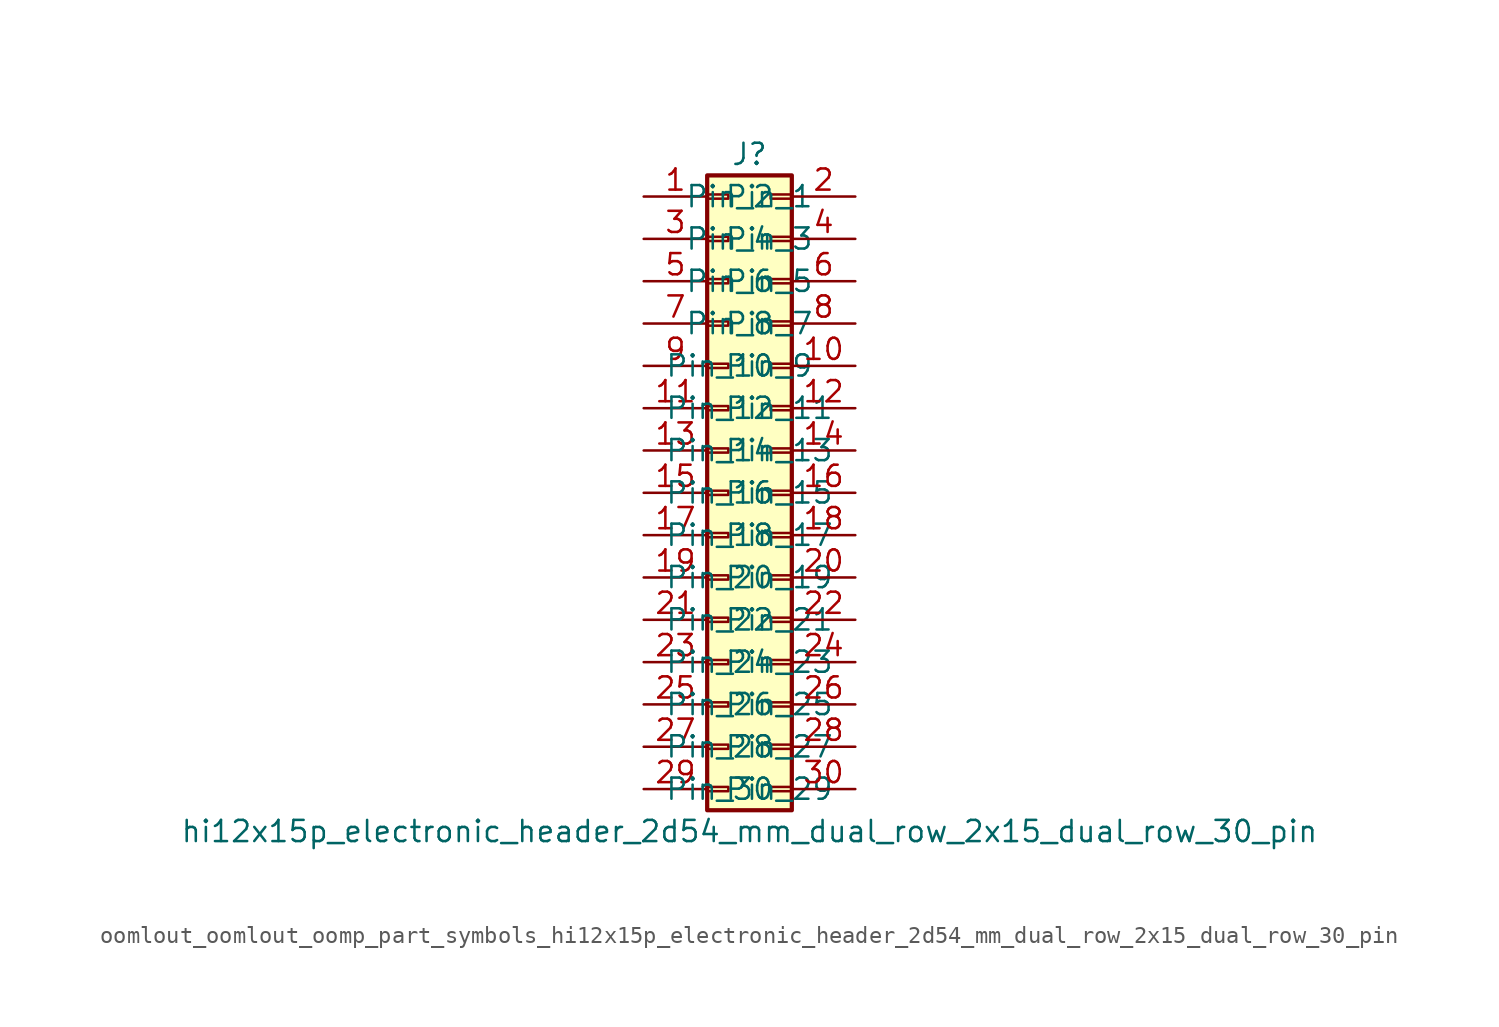
<source format=kicad_sym>
(kicad_symbol_lib
  (version 20220914)
  (generator kicad_symbol_editor)
  (symbol "oomlout_oomlout_oomp_part_symbols_hi12x15p_electronic_header_2d54_mm_dual_row_2x15_dual_row_30_pin"
    (pin_names
      (offset 1.016))
    (property "Reference" "J"
      (at 1.27 20.32 0)
      (effects (font (size 1.27 1.27))))
    (property "Value" "hi12x15p_electronic_header_2d54_mm_dual_row_2x15_dual_row_30_pin"
      (at 1.27 -20.32 0)
      (effects (font (size 1.27 1.27))))
    (symbol "oomlout_oomlout_oomp_part_symbols_hi12x15p_electronic_header_2d54_mm_dual_row_2x15_dual_row_30_pin_1_1"
      (rectangle (start -1.27 -17.653) (end 0 -17.907) (stroke (width 0.152) (type default)) (fill (type none)))
      (rectangle (start -1.27 -15.113) (end 0 -15.367) (stroke (width 0.152) (type default)) (fill (type none)))
      (rectangle (start -1.27 -12.573) (end 0 -12.827) (stroke (width 0.152) (type default)) (fill (type none)))
      (rectangle (start -1.27 -10.033) (end 0 -10.287) (stroke (width 0.152) (type default)) (fill (type none)))
      (rectangle (start -1.27 -7.493) (end 0 -7.747) (stroke (width 0.152) (type default)) (fill (type none)))
      (rectangle (start -1.27 -4.953) (end 0 -5.207) (stroke (width 0.152) (type default)) (fill (type none)))
      (rectangle (start -1.27 -2.413) (end 0 -2.667) (stroke (width 0.152) (type default)) (fill (type none)))
      (rectangle (start -1.27 0.127) (end 0 -0.127) (stroke (width 0.152) (type default)) (fill (type none)))
      (rectangle (start -1.27 2.667) (end 0 2.413) (stroke (width 0.152) (type default)) (fill (type none)))
      (rectangle (start -1.27 5.207) (end 0 4.953) (stroke (width 0.152) (type default)) (fill (type none)))
      (rectangle (start -1.27 7.747) (end 0 7.493) (stroke (width 0.152) (type default)) (fill (type none)))
      (rectangle (start -1.27 10.287) (end 0 10.033) (stroke (width 0.152) (type default)) (fill (type none)))
      (rectangle (start -1.27 12.827) (end 0 12.573) (stroke (width 0.152) (type default)) (fill (type none)))
      (rectangle (start -1.27 15.367) (end 0 15.113) (stroke (width 0.152) (type default)) (fill (type none)))
      (rectangle (start -1.27 17.907) (end 0 17.653) (stroke (width 0.152) (type default)) (fill (type none)))
      (rectangle (start -1.27 19.05) (end 3.81 -19.05) (stroke (width 0.254) (type default)) (fill (type background)))
      (rectangle (start 3.81 -17.653) (end 2.54 -17.907) (stroke (width 0.152) (type default)) (fill (type none)))
      (rectangle (start 3.81 -15.113) (end 2.54 -15.367) (stroke (width 0.152) (type default)) (fill (type none)))
      (rectangle (start 3.81 -12.573) (end 2.54 -12.827) (stroke (width 0.152) (type default)) (fill (type none)))
      (rectangle (start 3.81 -10.033) (end 2.54 -10.287) (stroke (width 0.152) (type default)) (fill (type none)))
      (rectangle (start 3.81 -7.493) (end 2.54 -7.747) (stroke (width 0.152) (type default)) (fill (type none)))
      (rectangle (start 3.81 -4.953) (end 2.54 -5.207) (stroke (width 0.152) (type default)) (fill (type none)))
      (rectangle (start 3.81 -2.413) (end 2.54 -2.667) (stroke (width 0.152) (type default)) (fill (type none)))
      (rectangle (start 3.81 0.127) (end 2.54 -0.127) (stroke (width 0.152) (type default)) (fill (type none)))
      (rectangle (start 3.81 2.667) (end 2.54 2.413) (stroke (width 0.152) (type default)) (fill (type none)))
      (rectangle (start 3.81 5.207) (end 2.54 4.953) (stroke (width 0.152) (type default)) (fill (type none)))
      (rectangle (start 3.81 7.747) (end 2.54 7.493) (stroke (width 0.152) (type default)) (fill (type none)))
      (rectangle (start 3.81 10.287) (end 2.54 10.033) (stroke (width 0.152) (type default)) (fill (type none)))
      (rectangle (start 3.81 12.827) (end 2.54 12.573) (stroke (width 0.152) (type default)) (fill (type none)))
      (rectangle (start 3.81 15.367) (end 2.54 15.113) (stroke (width 0.152) (type default)) (fill (type none)))
      (rectangle (start 3.81 17.907) (end 2.54 17.653) (stroke (width 0.152) (type default)) (fill (type none)))
      (pin passive line (at -5.08 17.78 0) (length 3.81) (name "Pin_1" (effects (font (size 1.27 1.27)))) (number "1" (effects (font (size 1.27 1.27)))))
      (pin passive line (at 7.62 7.62 180) (length 3.81) (name "Pin_10" (effects (font (size 1.27 1.27)))) (number "10" (effects (font (size 1.27 1.27)))))
      (pin passive line (at -5.08 5.08 0) (length 3.81) (name "Pin_11" (effects (font (size 1.27 1.27)))) (number "11" (effects (font (size 1.27 1.27)))))
      (pin passive line (at 7.62 5.08 180) (length 3.81) (name "Pin_12" (effects (font (size 1.27 1.27)))) (number "12" (effects (font (size 1.27 1.27)))))
      (pin passive line (at -5.08 2.54 0) (length 3.81) (name "Pin_13" (effects (font (size 1.27 1.27)))) (number "13" (effects (font (size 1.27 1.27)))))
      (pin passive line (at 7.62 2.54 180) (length 3.81) (name "Pin_14" (effects (font (size 1.27 1.27)))) (number "14" (effects (font (size 1.27 1.27)))))
      (pin passive line (at -5.08 0 0) (length 3.81) (name "Pin_15" (effects (font (size 1.27 1.27)))) (number "15" (effects (font (size 1.27 1.27)))))
      (pin passive line (at 7.62 0 180) (length 3.81) (name "Pin_16" (effects (font (size 1.27 1.27)))) (number "16" (effects (font (size 1.27 1.27)))))
      (pin passive line (at -5.08 -2.54 0) (length 3.81) (name "Pin_17" (effects (font (size 1.27 1.27)))) (number "17" (effects (font (size 1.27 1.27)))))
      (pin passive line (at 7.62 -2.54 180) (length 3.81) (name "Pin_18" (effects (font (size 1.27 1.27)))) (number "18" (effects (font (size 1.27 1.27)))))
      (pin passive line (at -5.08 -5.08 0) (length 3.81) (name "Pin_19" (effects (font (size 1.27 1.27)))) (number "19" (effects (font (size 1.27 1.27)))))
      (pin passive line (at 7.62 17.78 180) (length 3.81) (name "Pin_2" (effects (font (size 1.27 1.27)))) (number "2" (effects (font (size 1.27 1.27)))))
      (pin passive line (at 7.62 -5.08 180) (length 3.81) (name "Pin_20" (effects (font (size 1.27 1.27)))) (number "20" (effects (font (size 1.27 1.27)))))
      (pin passive line (at -5.08 -7.62 0) (length 3.81) (name "Pin_21" (effects (font (size 1.27 1.27)))) (number "21" (effects (font (size 1.27 1.27)))))
      (pin passive line (at 7.62 -7.62 180) (length 3.81) (name "Pin_22" (effects (font (size 1.27 1.27)))) (number "22" (effects (font (size 1.27 1.27)))))
      (pin passive line (at -5.08 -10.16 0) (length 3.81) (name "Pin_23" (effects (font (size 1.27 1.27)))) (number "23" (effects (font (size 1.27 1.27)))))
      (pin passive line (at 7.62 -10.16 180) (length 3.81) (name "Pin_24" (effects (font (size 1.27 1.27)))) (number "24" (effects (font (size 1.27 1.27)))))
      (pin passive line (at -5.08 -12.7 0) (length 3.81) (name "Pin_25" (effects (font (size 1.27 1.27)))) (number "25" (effects (font (size 1.27 1.27)))))
      (pin passive line (at 7.62 -12.7 180) (length 3.81) (name "Pin_26" (effects (font (size 1.27 1.27)))) (number "26" (effects (font (size 1.27 1.27)))))
      (pin passive line (at -5.08 -15.24 0) (length 3.81) (name "Pin_27" (effects (font (size 1.27 1.27)))) (number "27" (effects (font (size 1.27 1.27)))))
      (pin passive line (at 7.62 -15.24 180) (length 3.81) (name "Pin_28" (effects (font (size 1.27 1.27)))) (number "28" (effects (font (size 1.27 1.27)))))
      (pin passive line (at -5.08 -17.78 0) (length 3.81) (name "Pin_29" (effects (font (size 1.27 1.27)))) (number "29" (effects (font (size 1.27 1.27)))))
      (pin passive line (at -5.08 15.24 0) (length 3.81) (name "Pin_3" (effects (font (size 1.27 1.27)))) (number "3" (effects (font (size 1.27 1.27)))))
      (pin passive line (at 7.62 -17.78 180) (length 3.81) (name "Pin_30" (effects (font (size 1.27 1.27)))) (number "30" (effects (font (size 1.27 1.27)))))
      (pin passive line (at 7.62 15.24 180) (length 3.81) (name "Pin_4" (effects (font (size 1.27 1.27)))) (number "4" (effects (font (size 1.27 1.27)))))
      (pin passive line (at -5.08 12.7 0) (length 3.81) (name "Pin_5" (effects (font (size 1.27 1.27)))) (number "5" (effects (font (size 1.27 1.27)))))
      (pin passive line (at 7.62 12.7 180) (length 3.81) (name "Pin_6" (effects (font (size 1.27 1.27)))) (number "6" (effects (font (size 1.27 1.27)))))
      (pin passive line (at -5.08 10.16 0) (length 3.81) (name "Pin_7" (effects (font (size 1.27 1.27)))) (number "7" (effects (font (size 1.27 1.27)))))
      (pin passive line (at 7.62 10.16 180) (length 3.81) (name "Pin_8" (effects (font (size 1.27 1.27)))) (number "8" (effects (font (size 1.27 1.27)))))
      (pin passive line (at -5.08 7.62 0) (length 3.81) (name "Pin_9" (effects (font (size 1.27 1.27)))) (number "9" (effects (font (size 1.27 1.27))))))))
</source>
